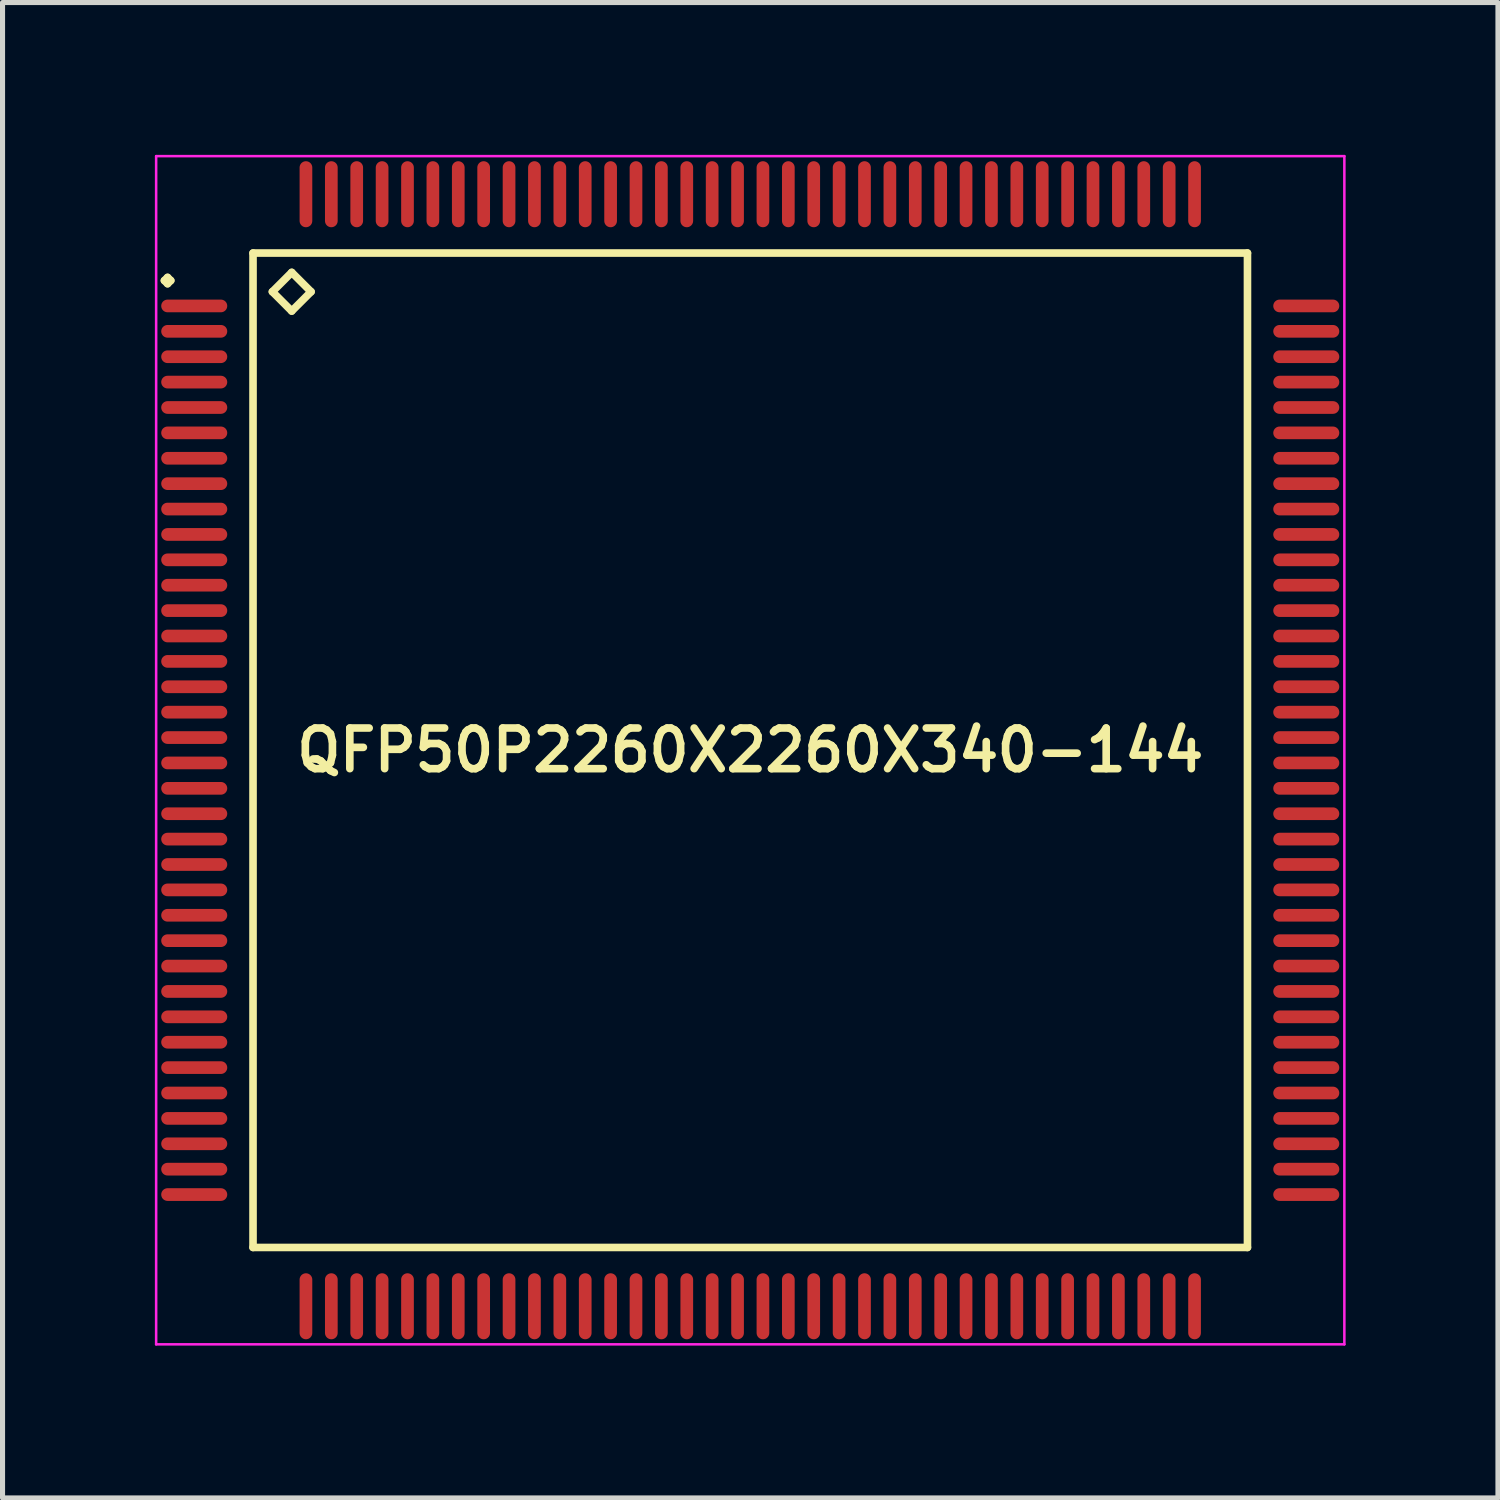
<source format=kicad_pcb>
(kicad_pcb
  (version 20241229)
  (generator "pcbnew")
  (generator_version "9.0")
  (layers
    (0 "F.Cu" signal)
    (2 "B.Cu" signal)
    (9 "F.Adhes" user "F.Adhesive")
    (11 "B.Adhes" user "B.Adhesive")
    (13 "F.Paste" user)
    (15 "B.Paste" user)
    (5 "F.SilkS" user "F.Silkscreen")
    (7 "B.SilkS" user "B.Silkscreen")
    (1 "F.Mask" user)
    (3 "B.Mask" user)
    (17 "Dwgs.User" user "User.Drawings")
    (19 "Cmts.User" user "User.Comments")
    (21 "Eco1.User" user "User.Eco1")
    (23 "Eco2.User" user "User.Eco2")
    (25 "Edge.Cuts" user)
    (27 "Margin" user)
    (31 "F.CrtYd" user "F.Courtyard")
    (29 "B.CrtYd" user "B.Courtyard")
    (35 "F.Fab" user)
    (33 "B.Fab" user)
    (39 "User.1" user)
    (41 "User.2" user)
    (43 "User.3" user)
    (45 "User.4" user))
  (footprint "QFP50P2260X2260X340-144"
    (layer "F.Cu")
    (at 11.725 11.725)
    (property "Reference" "QFP50P2260X2260X340-144" (at 0 0 0) (layer "F.SilkS") (effects (font (size 0.8 0.8) (thickness 0.15))))
    (attr smd)
    (fp_line (start -11.537 -9.25) (end -11.475 -9.312) (stroke (width 0.15) (type solid)) (layer "F.SilkS"))
    (fp_line (start -11.475 -9.312) (end -11.412 -9.25) (stroke (width 0.15) (type solid)) (layer "F.SilkS"))
    (fp_line (start -11.475 -9.188) (end -11.537 -9.25) (stroke (width 0.15) (type solid)) (layer "F.SilkS"))
    (fp_line (start -11.412 -9.25) (end -11.475 -9.188) (stroke (width 0.15) (type solid)) (layer "F.SilkS"))
    (fp_line (start -9.792 -9.792) (end -9.792 9.792) (stroke (width 0.15) (type solid)) (layer "F.SilkS"))
    (fp_line (start -9.792 9.792) (end 9.792 9.792) (stroke (width 0.15) (type solid)) (layer "F.SilkS"))
    (fp_line (start -9.411 -9.03) (end -9.03 -9.411) (stroke (width 0.15) (type solid)) (layer "F.SilkS"))
    (fp_line (start -9.03 -9.411) (end -8.649 -9.03) (stroke (width 0.15) (type solid)) (layer "F.SilkS"))
    (fp_line (start -9.03 -8.649) (end -9.411 -9.03) (stroke (width 0.15) (type solid)) (layer "F.SilkS"))
    (fp_line (start -8.649 -9.03) (end -9.03 -8.649) (stroke (width 0.15) (type solid)) (layer "F.SilkS"))
    (fp_line (start 9.792 -9.792) (end -9.792 -9.792) (stroke (width 0.15) (type solid)) (layer "F.SilkS"))
    (fp_line (start 9.792 9.792) (end 9.792 -9.792) (stroke (width 0.15) (type solid)) (layer "F.SilkS"))
    (fp_line (start -11.7 -11.7) (end 11.7 -11.7) (stroke (width 0.05) (type solid)) (layer "F.CrtYd"))
    (fp_line (start -11.7 11.7) (end -11.7 -11.7) (stroke (width 0.05) (type solid)) (layer "F.CrtYd"))
    (fp_line (start 11.7 -11.7) (end 11.7 11.7) (stroke (width 0.05) (type solid)) (layer "F.CrtYd"))
    (fp_line (start 11.7 11.7) (end -11.7 11.7) (stroke (width 0.05) (type solid)) (layer "F.CrtYd"))
    (pad "1" smd oval (at -10.95 -8.75) (size 1.3 0.25) (layers "F.Cu" "F.Mask" "F.Paste"))
    (pad "2" smd oval (at -10.95 -8.25) (size 1.3 0.25) (layers "F.Cu" "F.Mask" "F.Paste"))
    (pad "3" smd oval (at -10.95 -7.75) (size 1.3 0.25) (layers "F.Cu" "F.Mask" "F.Paste"))
    (pad "4" smd oval (at -10.95 -7.25) (size 1.3 0.25) (layers "F.Cu" "F.Mask" "F.Paste"))
    (pad "5" smd oval (at -10.95 -6.75) (size 1.3 0.25) (layers "F.Cu" "F.Mask" "F.Paste"))
    (pad "6" smd oval (at -10.95 -6.25) (size 1.3 0.25) (layers "F.Cu" "F.Mask" "F.Paste"))
    (pad "7" smd oval (at -10.95 -5.75) (size 1.3 0.25) (layers "F.Cu" "F.Mask" "F.Paste"))
    (pad "8" smd oval (at -10.95 -5.25) (size 1.3 0.25) (layers "F.Cu" "F.Mask" "F.Paste"))
    (pad "9" smd oval (at -10.95 -4.75) (size 1.3 0.25) (layers "F.Cu" "F.Mask" "F.Paste"))
    (pad "10" smd oval (at -10.95 -4.25) (size 1.3 0.25) (layers "F.Cu" "F.Mask" "F.Paste"))
    (pad "11" smd oval (at -10.95 -3.75) (size 1.3 0.25) (layers "F.Cu" "F.Mask" "F.Paste"))
    (pad "12" smd oval (at -10.95 -3.25) (size 1.3 0.25) (layers "F.Cu" "F.Mask" "F.Paste"))
    (pad "13" smd oval (at -10.95 -2.75) (size 1.3 0.25) (layers "F.Cu" "F.Mask" "F.Paste"))
    (pad "14" smd oval (at -10.95 -2.25) (size 1.3 0.25) (layers "F.Cu" "F.Mask" "F.Paste"))
    (pad "15" smd oval (at -10.95 -1.75) (size 1.3 0.25) (layers "F.Cu" "F.Mask" "F.Paste"))
    (pad "16" smd oval (at -10.95 -1.25) (size 1.3 0.25) (layers "F.Cu" "F.Mask" "F.Paste"))
    (pad "17" smd oval (at -10.95 -0.75) (size 1.3 0.25) (layers "F.Cu" "F.Mask" "F.Paste"))
    (pad "18" smd oval (at -10.95 -0.25) (size 1.3 0.25) (layers "F.Cu" "F.Mask" "F.Paste"))
    (pad "19" smd oval (at -10.95 0.25) (size 1.3 0.25) (layers "F.Cu" "F.Mask" "F.Paste"))
    (pad "20" smd oval (at -10.95 0.75) (size 1.3 0.25) (layers "F.Cu" "F.Mask" "F.Paste"))
    (pad "21" smd oval (at -10.95 1.25) (size 1.3 0.25) (layers "F.Cu" "F.Mask" "F.Paste"))
    (pad "22" smd oval (at -10.95 1.75) (size 1.3 0.25) (layers "F.Cu" "F.Mask" "F.Paste"))
    (pad "23" smd oval (at -10.95 2.25) (size 1.3 0.25) (layers "F.Cu" "F.Mask" "F.Paste"))
    (pad "24" smd oval (at -10.95 2.75) (size 1.3 0.25) (layers "F.Cu" "F.Mask" "F.Paste"))
    (pad "25" smd oval (at -10.95 3.25) (size 1.3 0.25) (layers "F.Cu" "F.Mask" "F.Paste"))
    (pad "26" smd oval (at -10.95 3.75) (size 1.3 0.25) (layers "F.Cu" "F.Mask" "F.Paste"))
    (pad "27" smd oval (at -10.95 4.25) (size 1.3 0.25) (layers "F.Cu" "F.Mask" "F.Paste"))
    (pad "28" smd oval (at -10.95 4.75) (size 1.3 0.25) (layers "F.Cu" "F.Mask" "F.Paste"))
    (pad "29" smd oval (at -10.95 5.25) (size 1.3 0.25) (layers "F.Cu" "F.Mask" "F.Paste"))
    (pad "30" smd oval (at -10.95 5.75) (size 1.3 0.25) (layers "F.Cu" "F.Mask" "F.Paste"))
    (pad "31" smd oval (at -10.95 6.25) (size 1.3 0.25) (layers "F.Cu" "F.Mask" "F.Paste"))
    (pad "32" smd oval (at -10.95 6.75) (size 1.3 0.25) (layers "F.Cu" "F.Mask" "F.Paste"))
    (pad "33" smd oval (at -10.95 7.25) (size 1.3 0.25) (layers "F.Cu" "F.Mask" "F.Paste"))
    (pad "34" smd oval (at -10.95 7.75) (size 1.3 0.25) (layers "F.Cu" "F.Mask" "F.Paste"))
    (pad "35" smd oval (at -10.95 8.25) (size 1.3 0.25) (layers "F.Cu" "F.Mask" "F.Paste"))
    (pad "36" smd oval (at -10.95 8.75) (size 1.3 0.25) (layers "F.Cu" "F.Mask" "F.Paste"))
    (pad "37" smd oval (at -8.75 10.95) (size 0.25 1.3) (layers "F.Cu" "F.Mask" "F.Paste"))
    (pad "38" smd oval (at -8.25 10.95) (size 0.25 1.3) (layers "F.Cu" "F.Mask" "F.Paste"))
    (pad "39" smd oval (at -7.75 10.95) (size 0.25 1.3) (layers "F.Cu" "F.Mask" "F.Paste"))
    (pad "40" smd oval (at -7.25 10.95) (size 0.25 1.3) (layers "F.Cu" "F.Mask" "F.Paste"))
    (pad "41" smd oval (at -6.75 10.95) (size 0.25 1.3) (layers "F.Cu" "F.Mask" "F.Paste"))
    (pad "42" smd oval (at -6.25 10.95) (size 0.25 1.3) (layers "F.Cu" "F.Mask" "F.Paste"))
    (pad "43" smd oval (at -5.75 10.95) (size 0.25 1.3) (layers "F.Cu" "F.Mask" "F.Paste"))
    (pad "44" smd oval (at -5.25 10.95) (size 0.25 1.3) (layers "F.Cu" "F.Mask" "F.Paste"))
    (pad "45" smd oval (at -4.75 10.95) (size 0.25 1.3) (layers "F.Cu" "F.Mask" "F.Paste"))
    (pad "46" smd oval (at -4.25 10.95) (size 0.25 1.3) (layers "F.Cu" "F.Mask" "F.Paste"))
    (pad "47" smd oval (at -3.75 10.95) (size 0.25 1.3) (layers "F.Cu" "F.Mask" "F.Paste"))
    (pad "48" smd oval (at -3.25 10.95) (size 0.25 1.3) (layers "F.Cu" "F.Mask" "F.Paste"))
    (pad "49" smd oval (at -2.75 10.95) (size 0.25 1.3) (layers "F.Cu" "F.Mask" "F.Paste"))
    (pad "50" smd oval (at -2.25 10.95) (size 0.25 1.3) (layers "F.Cu" "F.Mask" "F.Paste"))
    (pad "51" smd oval (at -1.75 10.95) (size 0.25 1.3) (layers "F.Cu" "F.Mask" "F.Paste"))
    (pad "52" smd oval (at -1.25 10.95) (size 0.25 1.3) (layers "F.Cu" "F.Mask" "F.Paste"))
    (pad "53" smd oval (at -0.75 10.95) (size 0.25 1.3) (layers "F.Cu" "F.Mask" "F.Paste"))
    (pad "54" smd oval (at -0.25 10.95) (size 0.25 1.3) (layers "F.Cu" "F.Mask" "F.Paste"))
    (pad "55" smd oval (at 0.25 10.95) (size 0.25 1.3) (layers "F.Cu" "F.Mask" "F.Paste"))
    (pad "56" smd oval (at 0.75 10.95) (size 0.25 1.3) (layers "F.Cu" "F.Mask" "F.Paste"))
    (pad "57" smd oval (at 1.25 10.95) (size 0.25 1.3) (layers "F.Cu" "F.Mask" "F.Paste"))
    (pad "58" smd oval (at 1.75 10.95) (size 0.25 1.3) (layers "F.Cu" "F.Mask" "F.Paste"))
    (pad "59" smd oval (at 2.25 10.95) (size 0.25 1.3) (layers "F.Cu" "F.Mask" "F.Paste"))
    (pad "60" smd oval (at 2.75 10.95) (size 0.25 1.3) (layers "F.Cu" "F.Mask" "F.Paste"))
    (pad "61" smd oval (at 3.25 10.95) (size 0.25 1.3) (layers "F.Cu" "F.Mask" "F.Paste"))
    (pad "62" smd oval (at 3.75 10.95) (size 0.25 1.3) (layers "F.Cu" "F.Mask" "F.Paste"))
    (pad "63" smd oval (at 4.25 10.95) (size 0.25 1.3) (layers "F.Cu" "F.Mask" "F.Paste"))
    (pad "64" smd oval (at 4.75 10.95) (size 0.25 1.3) (layers "F.Cu" "F.Mask" "F.Paste"))
    (pad "65" smd oval (at 5.25 10.95) (size 0.25 1.3) (layers "F.Cu" "F.Mask" "F.Paste"))
    (pad "66" smd oval (at 5.75 10.95) (size 0.25 1.3) (layers "F.Cu" "F.Mask" "F.Paste"))
    (pad "67" smd oval (at 6.25 10.95) (size 0.25 1.3) (layers "F.Cu" "F.Mask" "F.Paste"))
    (pad "68" smd oval (at 6.75 10.95) (size 0.25 1.3) (layers "F.Cu" "F.Mask" "F.Paste"))
    (pad "69" smd oval (at 7.25 10.95) (size 0.25 1.3) (layers "F.Cu" "F.Mask" "F.Paste"))
    (pad "70" smd oval (at 7.75 10.95) (size 0.25 1.3) (layers "F.Cu" "F.Mask" "F.Paste"))
    (pad "71" smd oval (at 8.25 10.95) (size 0.25 1.3) (layers "F.Cu" "F.Mask" "F.Paste"))
    (pad "72" smd oval (at 8.75 10.95) (size 0.25 1.3) (layers "F.Cu" "F.Mask" "F.Paste"))
    (pad "73" smd oval (at 10.95 8.75) (size 1.3 0.25) (layers "F.Cu" "F.Mask" "F.Paste"))
    (pad "74" smd oval (at 10.95 8.25) (size 1.3 0.25) (layers "F.Cu" "F.Mask" "F.Paste"))
    (pad "75" smd oval (at 10.95 7.75) (size 1.3 0.25) (layers "F.Cu" "F.Mask" "F.Paste"))
    (pad "76" smd oval (at 10.95 7.25) (size 1.3 0.25) (layers "F.Cu" "F.Mask" "F.Paste"))
    (pad "77" smd oval (at 10.95 6.75) (size 1.3 0.25) (layers "F.Cu" "F.Mask" "F.Paste"))
    (pad "78" smd oval (at 10.95 6.25) (size 1.3 0.25) (layers "F.Cu" "F.Mask" "F.Paste"))
    (pad "79" smd oval (at 10.95 5.75) (size 1.3 0.25) (layers "F.Cu" "F.Mask" "F.Paste"))
    (pad "80" smd oval (at 10.95 5.25) (size 1.3 0.25) (layers "F.Cu" "F.Mask" "F.Paste"))
    (pad "81" smd oval (at 10.95 4.75) (size 1.3 0.25) (layers "F.Cu" "F.Mask" "F.Paste"))
    (pad "82" smd oval (at 10.95 4.25) (size 1.3 0.25) (layers "F.Cu" "F.Mask" "F.Paste"))
    (pad "83" smd oval (at 10.95 3.75) (size 1.3 0.25) (layers "F.Cu" "F.Mask" "F.Paste"))
    (pad "84" smd oval (at 10.95 3.25) (size 1.3 0.25) (layers "F.Cu" "F.Mask" "F.Paste"))
    (pad "85" smd oval (at 10.95 2.75) (size 1.3 0.25) (layers "F.Cu" "F.Mask" "F.Paste"))
    (pad "86" smd oval (at 10.95 2.25) (size 1.3 0.25) (layers "F.Cu" "F.Mask" "F.Paste"))
    (pad "87" smd oval (at 10.95 1.75) (size 1.3 0.25) (layers "F.Cu" "F.Mask" "F.Paste"))
    (pad "88" smd oval (at 10.95 1.25) (size 1.3 0.25) (layers "F.Cu" "F.Mask" "F.Paste"))
    (pad "89" smd oval (at 10.95 0.75) (size 1.3 0.25) (layers "F.Cu" "F.Mask" "F.Paste"))
    (pad "90" smd oval (at 10.95 0.25) (size 1.3 0.25) (layers "F.Cu" "F.Mask" "F.Paste"))
    (pad "91" smd oval (at 10.95 -0.25) (size 1.3 0.25) (layers "F.Cu" "F.Mask" "F.Paste"))
    (pad "92" smd oval (at 10.95 -0.75) (size 1.3 0.25) (layers "F.Cu" "F.Mask" "F.Paste"))
    (pad "93" smd oval (at 10.95 -1.25) (size 1.3 0.25) (layers "F.Cu" "F.Mask" "F.Paste"))
    (pad "94" smd oval (at 10.95 -1.75) (size 1.3 0.25) (layers "F.Cu" "F.Mask" "F.Paste"))
    (pad "95" smd oval (at 10.95 -2.25) (size 1.3 0.25) (layers "F.Cu" "F.Mask" "F.Paste"))
    (pad "96" smd oval (at 10.95 -2.75) (size 1.3 0.25) (layers "F.Cu" "F.Mask" "F.Paste"))
    (pad "97" smd oval (at 10.95 -3.25) (size 1.3 0.25) (layers "F.Cu" "F.Mask" "F.Paste"))
    (pad "98" smd oval (at 10.95 -3.75) (size 1.3 0.25) (layers "F.Cu" "F.Mask" "F.Paste"))
    (pad "99" smd oval (at 10.95 -4.25) (size 1.3 0.25) (layers "F.Cu" "F.Mask" "F.Paste"))
    (pad "100" smd oval (at 10.95 -4.75) (size 1.3 0.25) (layers "F.Cu" "F.Mask" "F.Paste"))
    (pad "101" smd oval (at 10.95 -5.25) (size 1.3 0.25) (layers "F.Cu" "F.Mask" "F.Paste"))
    (pad "102" smd oval (at 10.95 -5.75) (size 1.3 0.25) (layers "F.Cu" "F.Mask" "F.Paste"))
    (pad "103" smd oval (at 10.95 -6.25) (size 1.3 0.25) (layers "F.Cu" "F.Mask" "F.Paste"))
    (pad "104" smd oval (at 10.95 -6.75) (size 1.3 0.25) (layers "F.Cu" "F.Mask" "F.Paste"))
    (pad "105" smd oval (at 10.95 -7.25) (size 1.3 0.25) (layers "F.Cu" "F.Mask" "F.Paste"))
    (pad "106" smd oval (at 10.95 -7.75) (size 1.3 0.25) (layers "F.Cu" "F.Mask" "F.Paste"))
    (pad "107" smd oval (at 10.95 -8.25) (size 1.3 0.25) (layers "F.Cu" "F.Mask" "F.Paste"))
    (pad "108" smd oval (at 10.95 -8.75) (size 1.3 0.25) (layers "F.Cu" "F.Mask" "F.Paste"))
    (pad "109" smd oval (at 8.75 -10.95) (size 0.25 1.3) (layers "F.Cu" "F.Mask" "F.Paste"))
    (pad "110" smd oval (at 8.25 -10.95) (size 0.25 1.3) (layers "F.Cu" "F.Mask" "F.Paste"))
    (pad "111" smd oval (at 7.75 -10.95) (size 0.25 1.3) (layers "F.Cu" "F.Mask" "F.Paste"))
    (pad "112" smd oval (at 7.25 -10.95) (size 0.25 1.3) (layers "F.Cu" "F.Mask" "F.Paste"))
    (pad "113" smd oval (at 6.75 -10.95) (size 0.25 1.3) (layers "F.Cu" "F.Mask" "F.Paste"))
    (pad "114" smd oval (at 6.25 -10.95) (size 0.25 1.3) (layers "F.Cu" "F.Mask" "F.Paste"))
    (pad "115" smd oval (at 5.75 -10.95) (size 0.25 1.3) (layers "F.Cu" "F.Mask" "F.Paste"))
    (pad "116" smd oval (at 5.25 -10.95) (size 0.25 1.3) (layers "F.Cu" "F.Mask" "F.Paste"))
    (pad "117" smd oval (at 4.75 -10.95) (size 0.25 1.3) (layers "F.Cu" "F.Mask" "F.Paste"))
    (pad "118" smd oval (at 4.25 -10.95) (size 0.25 1.3) (layers "F.Cu" "F.Mask" "F.Paste"))
    (pad "119" smd oval (at 3.75 -10.95) (size 0.25 1.3) (layers "F.Cu" "F.Mask" "F.Paste"))
    (pad "120" smd oval (at 3.25 -10.95) (size 0.25 1.3) (layers "F.Cu" "F.Mask" "F.Paste"))
    (pad "121" smd oval (at 2.75 -10.95) (size 0.25 1.3) (layers "F.Cu" "F.Mask" "F.Paste"))
    (pad "122" smd oval (at 2.25 -10.95) (size 0.25 1.3) (layers "F.Cu" "F.Mask" "F.Paste"))
    (pad "123" smd oval (at 1.75 -10.95) (size 0.25 1.3) (layers "F.Cu" "F.Mask" "F.Paste"))
    (pad "124" smd oval (at 1.25 -10.95) (size 0.25 1.3) (layers "F.Cu" "F.Mask" "F.Paste"))
    (pad "125" smd oval (at 0.75 -10.95) (size 0.25 1.3) (layers "F.Cu" "F.Mask" "F.Paste"))
    (pad "126" smd oval (at 0.25 -10.95) (size 0.25 1.3) (layers "F.Cu" "F.Mask" "F.Paste"))
    (pad "127" smd oval (at -0.25 -10.95) (size 0.25 1.3) (layers "F.Cu" "F.Mask" "F.Paste"))
    (pad "128" smd oval (at -0.75 -10.95) (size 0.25 1.3) (layers "F.Cu" "F.Mask" "F.Paste"))
    (pad "129" smd oval (at -1.25 -10.95) (size 0.25 1.3) (layers "F.Cu" "F.Mask" "F.Paste"))
    (pad "130" smd oval (at -1.75 -10.95) (size 0.25 1.3) (layers "F.Cu" "F.Mask" "F.Paste"))
    (pad "131" smd oval (at -2.25 -10.95) (size 0.25 1.3) (layers "F.Cu" "F.Mask" "F.Paste"))
    (pad "132" smd oval (at -2.75 -10.95) (size 0.25 1.3) (layers "F.Cu" "F.Mask" "F.Paste"))
    (pad "133" smd oval (at -3.25 -10.95) (size 0.25 1.3) (layers "F.Cu" "F.Mask" "F.Paste"))
    (pad "134" smd oval (at -3.75 -10.95) (size 0.25 1.3) (layers "F.Cu" "F.Mask" "F.Paste"))
    (pad "135" smd oval (at -4.25 -10.95) (size 0.25 1.3) (layers "F.Cu" "F.Mask" "F.Paste"))
    (pad "136" smd oval (at -4.75 -10.95) (size 0.25 1.3) (layers "F.Cu" "F.Mask" "F.Paste"))
    (pad "137" smd oval (at -5.25 -10.95) (size 0.25 1.3) (layers "F.Cu" "F.Mask" "F.Paste"))
    (pad "138" smd oval (at -5.75 -10.95) (size 0.25 1.3) (layers "F.Cu" "F.Mask" "F.Paste"))
    (pad "139" smd oval (at -6.25 -10.95) (size 0.25 1.3) (layers "F.Cu" "F.Mask" "F.Paste"))
    (pad "140" smd oval (at -6.75 -10.95) (size 0.25 1.3) (layers "F.Cu" "F.Mask" "F.Paste"))
    (pad "141" smd oval (at -7.25 -10.95) (size 0.25 1.3) (layers "F.Cu" "F.Mask" "F.Paste"))
    (pad "142" smd oval (at -7.75 -10.95) (size 0.25 1.3) (layers "F.Cu" "F.Mask" "F.Paste"))
    (pad "143" smd oval (at -8.25 -10.95) (size 0.25 1.3) (layers "F.Cu" "F.Mask" "F.Paste"))
    (pad "144" smd oval (at -8.75 -10.95) (size 0.25 1.3) (layers "F.Cu" "F.Mask" "F.Paste")))
  (gr_rect
    (start -3 -3)
    (end 26.45 26.45)
    (stroke (width 0.1) (type default))
    (fill no)
    (layer "Edge.Cuts")))
</source>
